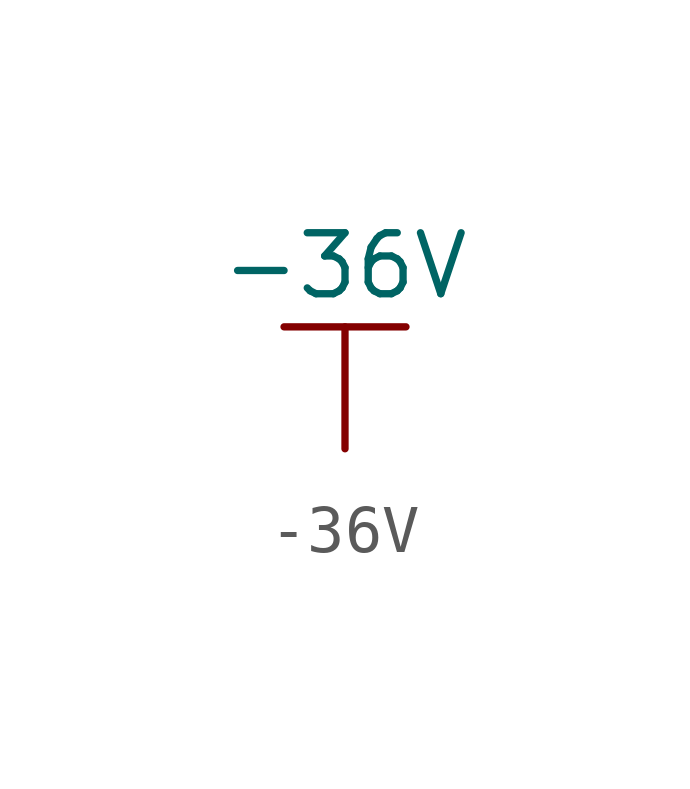
<source format=kicad_sym>
(kicad_symbol_lib
  (version 20220914)
  (generator kicad_symbol_editor)
  (symbol "-36V"
    (power)
    (pin_names
      (offset 0))
    (property "Reference" "#PWR"
      (at 0 2.54 0)
      (effects (font (size 1.27 1.27)) hide))
    (property "Value" "-36V"
      (at 0 3.81 0)
      (effects (font (size 1.27 1.27))))
    (symbol "-36V_0_0"
      (pin power_in line (at 0 0 90) (length 0) hide (name "-36V" (effects (font (size 1.27 1.27)))) (number "1" (effects (font (size 1.27 1.27))))))
    (symbol "-36V_0_1"
      (polyline (pts (xy -1.27 2.54) (xy 1.27 2.54)) (stroke (width 0) (type solid)) (fill (type none)))
      (polyline (pts (xy 0 0) (xy 0 2.54)) (stroke (width 0) (type solid)) (fill (type none))))))
</source>
